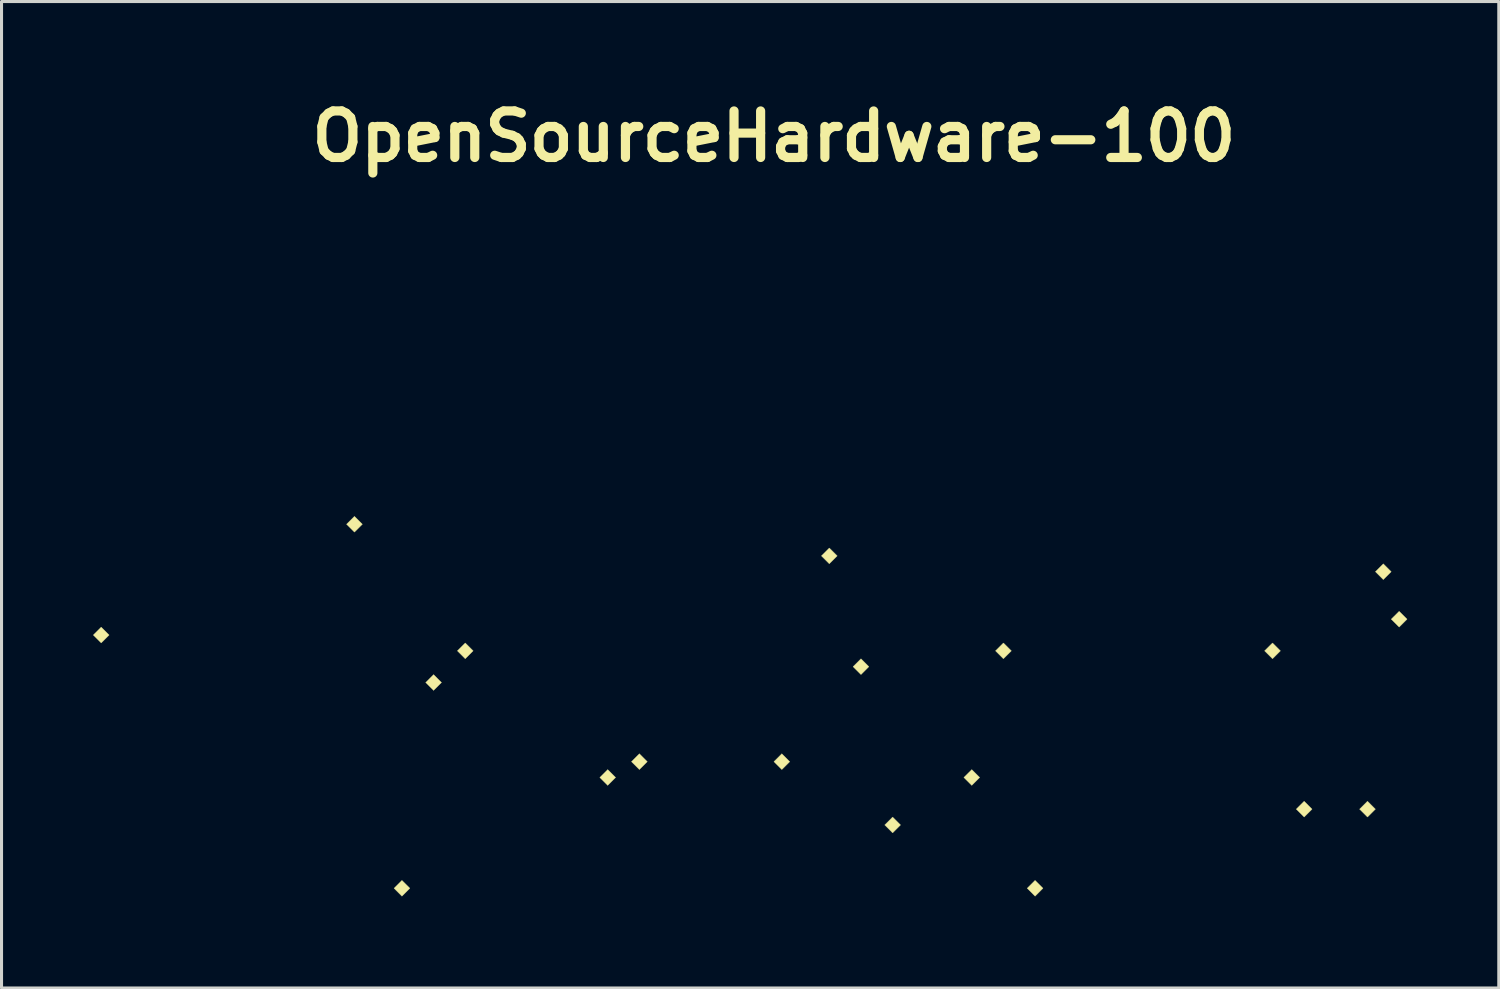
<source format=kicad_pcb>
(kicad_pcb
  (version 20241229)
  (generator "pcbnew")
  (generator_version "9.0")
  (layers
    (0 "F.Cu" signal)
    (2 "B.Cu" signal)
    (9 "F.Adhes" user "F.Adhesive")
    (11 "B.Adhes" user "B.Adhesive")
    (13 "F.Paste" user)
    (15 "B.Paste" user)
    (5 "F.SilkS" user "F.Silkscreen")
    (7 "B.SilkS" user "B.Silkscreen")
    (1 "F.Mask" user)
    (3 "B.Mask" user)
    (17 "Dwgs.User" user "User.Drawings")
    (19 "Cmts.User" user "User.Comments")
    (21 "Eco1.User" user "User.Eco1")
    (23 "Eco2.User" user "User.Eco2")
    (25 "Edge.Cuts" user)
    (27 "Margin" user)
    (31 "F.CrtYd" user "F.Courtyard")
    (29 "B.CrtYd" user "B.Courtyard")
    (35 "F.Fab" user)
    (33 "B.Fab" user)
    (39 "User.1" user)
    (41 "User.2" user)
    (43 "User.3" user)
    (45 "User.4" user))
  (footprint "OpenSourceHardware-100"
    (layer "F.Cu")
    (at 22.295 1.418)
    (property "Reference" "OpenSourceHardware-100" (at 0 0 0) (layer "F.SilkS") (effects (font (size 1.524 1.524) (thickness 0.3))))
    (attr through_hole)
    (fp_poly (pts (xy -21.771 16.329) (xy -22.031 16.588) (xy -22.29 16.329) (xy -22.031 16.069) (xy -21.771 16.329)) (stroke (width 0.01) (type solid)) (fill yes) (layer "F.SilkS"))
    (fp_poly (pts (xy -13.478 12.7) (xy -13.737 12.959) (xy -13.996 12.7) (xy -13.737 12.441) (xy -13.478 12.7)) (stroke (width 0.01) (type solid)) (fill yes) (layer "F.SilkS"))
    (fp_poly (pts (xy -11.922 24.622) (xy -12.182 24.882) (xy -12.441 24.622) (xy -12.182 24.363) (xy -11.922 24.622)) (stroke (width 0.01) (type solid)) (fill yes) (layer "F.SilkS"))
    (fp_poly (pts (xy -10.886 17.884) (xy -11.145 18.143) (xy -11.404 17.884) (xy -11.145 17.624) (xy -10.886 17.884)) (stroke (width 0.01) (type solid)) (fill yes) (layer "F.SilkS"))
    (fp_poly (pts (xy -9.849 16.847) (xy -10.108 17.106) (xy -10.367 16.847) (xy -10.108 16.588) (xy -9.849 16.847)) (stroke (width 0.01) (type solid)) (fill yes) (layer "F.SilkS"))
    (fp_poly (pts (xy -5.184 20.994) (xy -5.443 21.253) (xy -5.702 20.994) (xy -5.443 20.735) (xy -5.184 20.994)) (stroke (width 0.01) (type solid)) (fill yes) (layer "F.SilkS"))
    (fp_poly (pts (xy -4.147 20.476) (xy -4.406 20.735) (xy -4.665 20.476) (xy -4.406 20.216) (xy -4.147 20.476)) (stroke (width 0.01) (type solid)) (fill yes) (layer "F.SilkS"))
    (fp_poly (pts (xy 0.518 20.476) (xy 0.259 20.735) (xy 0 20.476) (xy 0.259 20.216) (xy 0.518 20.476)) (stroke (width 0.01) (type solid)) (fill yes) (layer "F.SilkS"))
    (fp_poly (pts (xy 2.073 13.737) (xy 1.814 13.996) (xy 1.555 13.737) (xy 1.814 13.478) (xy 2.073 13.737)) (stroke (width 0.01) (type solid)) (fill yes) (layer "F.SilkS"))
    (fp_poly (pts (xy 3.11 17.365) (xy 2.851 17.624) (xy 2.592 17.365) (xy 2.851 17.106) (xy 3.11 17.365)) (stroke (width 0.01) (type solid)) (fill yes) (layer "F.SilkS"))
    (fp_poly (pts (xy 4.147 22.549) (xy 3.888 22.808) (xy 3.629 22.549) (xy 3.888 22.29) (xy 4.147 22.549)) (stroke (width 0.01) (type solid)) (fill yes) (layer "F.SilkS"))
    (fp_poly (pts (xy 6.739 20.994) (xy 6.48 21.253) (xy 6.22 20.994) (xy 6.48 20.735) (xy 6.739 20.994)) (stroke (width 0.01) (type solid)) (fill yes) (layer "F.SilkS"))
    (fp_poly (pts (xy 7.776 16.847) (xy 7.516 17.106) (xy 7.257 16.847) (xy 7.516 16.588) (xy 7.776 16.847)) (stroke (width 0.01) (type solid)) (fill yes) (layer "F.SilkS"))
    (fp_poly (pts (xy 8.812 24.622) (xy 8.553 24.882) (xy 8.294 24.622) (xy 8.553 24.363) (xy 8.812 24.622)) (stroke (width 0.01) (type solid)) (fill yes) (layer "F.SilkS"))
    (fp_poly (pts (xy 16.588 16.847) (xy 16.329 17.106) (xy 16.069 16.847) (xy 16.329 16.588) (xy 16.588 16.847)) (stroke (width 0.01) (type solid)) (fill yes) (layer "F.SilkS"))
    (fp_poly (pts (xy 17.624 22.031) (xy 17.365 22.29) (xy 17.106 22.031) (xy 17.365 21.771) (xy 17.624 22.031)) (stroke (width 0.01) (type solid)) (fill yes) (layer "F.SilkS"))
    (fp_poly (pts (xy 19.698 22.031) (xy 19.439 22.29) (xy 19.18 22.031) (xy 19.439 21.771) (xy 19.698 22.031)) (stroke (width 0.01) (type solid)) (fill yes) (layer "F.SilkS"))
    (fp_poly (pts (xy 20.216 14.255) (xy 19.957 14.514) (xy 19.698 14.255) (xy 19.957 13.996) (xy 20.216 14.255)) (stroke (width 0.01) (type solid)) (fill yes) (layer "F.SilkS"))
    (fp_poly (pts (xy 20.735 15.81) (xy 20.476 16.069) (xy 20.216 15.81) (xy 20.476 15.551) (xy 20.735 15.81)) (stroke (width 0.01) (type solid)) (fill yes) (layer "F.SilkS")))
  (gr_rect
    (start -3 -3)
    (end 46.034 29.305)
    (stroke (width 0.1) (type default))
    (fill no)
    (layer "Edge.Cuts")))
</source>
